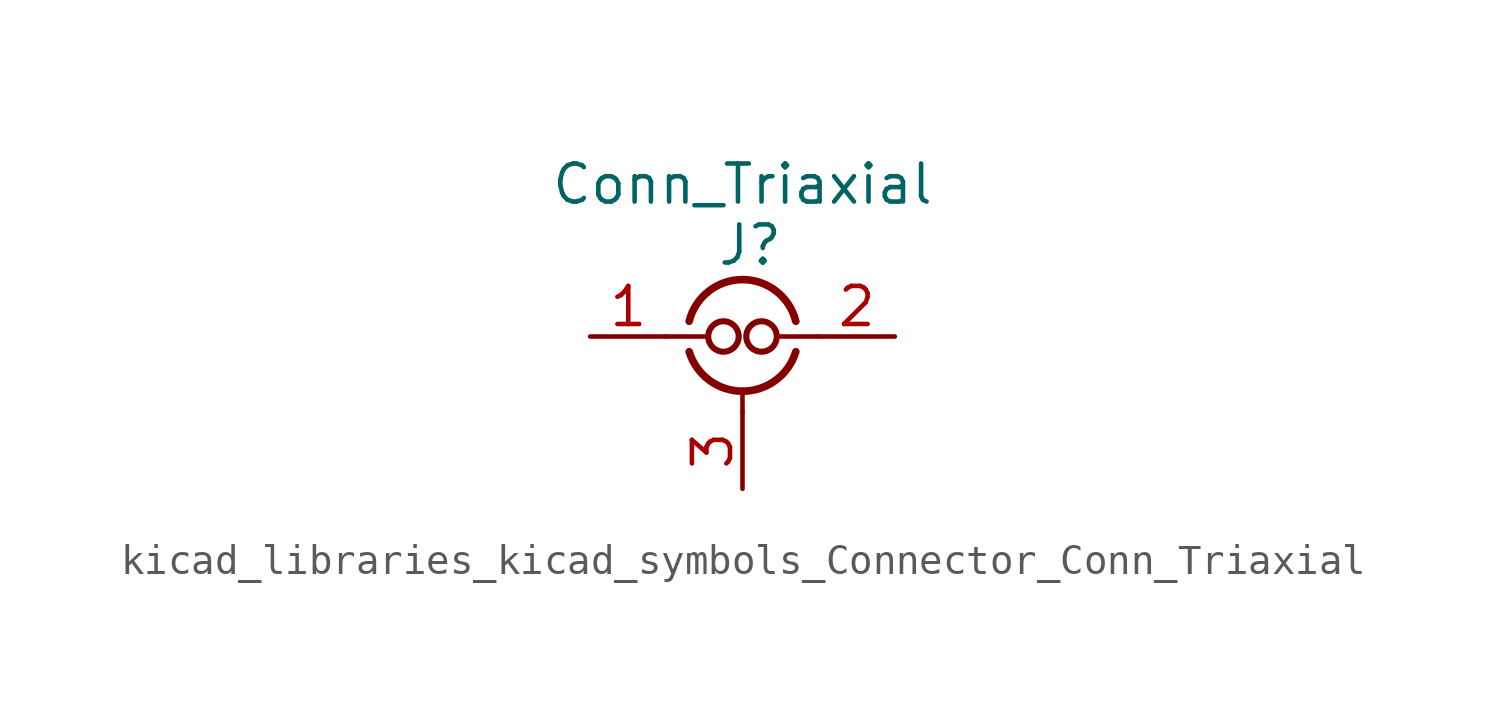
<source format=kicad_sym>
(kicad_symbol_lib
  (version 20220914)
  (generator kicad_symbol_editor)
  (symbol "kicad_libraries_kicad_symbols_Connector_Conn_Triaxial"
    (pin_names hide)
    (property "Reference" "J"
      (at 0.254 5.588 0)
      (effects (font (size 1.27 1.27))))
    (property "Value" "Conn_Triaxial"
      (at 0 7.62 0)
      (effects (font (size 1.27 1.27))))
    (symbol "kicad_libraries_kicad_symbols_Connector_Conn_Triaxial_0_1"
      (arc (start -1.778 2.032) (mid -0.0185 0.7153) (end 1.778 2.032) (stroke (width 0.254) (type default)) (fill (type none)))
      (circle (center -0.635 2.54) (radius 0.508) (stroke (width 0.203) (type default)) (fill (type none)))
      (polyline (pts (xy -2.54 2.54) (xy -1.143 2.54)) (stroke (width 0) (type default)) (fill (type none)))
      (polyline (pts (xy 0 0) (xy 0 0.762)) (stroke (width 0) (type default)) (fill (type none)))
      (polyline (pts (xy 1.27 2.54) (xy 2.54 2.54)) (stroke (width 0) (type default)) (fill (type none)))
      (circle (center 0.635 2.54) (radius 0.508) (stroke (width 0.203) (type default)) (fill (type none)))
      (arc (start 1.778 3.048) (mid -0.0365 4.438) (end -1.778 3.048) (stroke (width 0.254) (type default)) (fill (type none))))
    (symbol "kicad_libraries_kicad_symbols_Connector_Conn_Triaxial_1_1"
      (pin passive line (at -5.08 2.54 0) (length 2.54) (name "In1" (effects (font (size 1.27 1.27)))) (number "1" (effects (font (size 1.27 1.27)))))
      (pin passive line (at 5.08 2.54 180) (length 2.54) (name "In2" (effects (font (size 1.27 1.27)))) (number "2" (effects (font (size 1.27 1.27)))))
      (pin passive line (at 0 -2.54 90) (length 2.54) (name "Ext" (effects (font (size 1.27 1.27)))) (number "3" (effects (font (size 1.27 1.27))))))))
</source>
